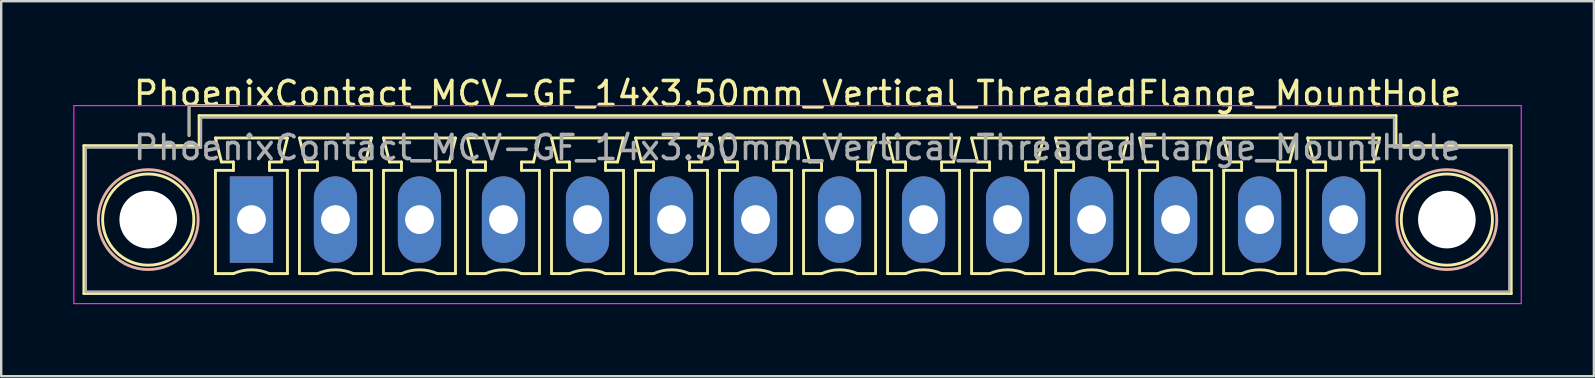
<source format=kicad_pcb>
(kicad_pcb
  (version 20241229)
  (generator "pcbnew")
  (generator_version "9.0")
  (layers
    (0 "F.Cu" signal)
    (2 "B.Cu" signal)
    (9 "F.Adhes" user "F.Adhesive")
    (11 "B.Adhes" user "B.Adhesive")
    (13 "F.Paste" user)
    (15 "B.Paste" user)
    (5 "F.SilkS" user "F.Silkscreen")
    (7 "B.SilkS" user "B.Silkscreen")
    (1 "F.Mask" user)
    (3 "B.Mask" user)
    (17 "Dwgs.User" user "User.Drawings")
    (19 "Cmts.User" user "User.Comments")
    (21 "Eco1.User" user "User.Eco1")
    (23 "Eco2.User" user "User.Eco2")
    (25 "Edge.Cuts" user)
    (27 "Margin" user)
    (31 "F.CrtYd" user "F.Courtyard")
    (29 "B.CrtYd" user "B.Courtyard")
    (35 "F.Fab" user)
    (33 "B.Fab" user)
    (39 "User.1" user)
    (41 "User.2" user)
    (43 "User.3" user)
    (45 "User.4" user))
  (footprint "PhoenixContact_MCV-GF_14x3.50mm_Vertical_ThreadedFlange_MountHole"
    (layer "F.Cu")
    (at 7.425 6.098)
    (property "Reference" "PhoenixContact_MCV-GF_14x3.50mm_Vertical_ThreadedFlange_MountHole" (at 22.75 -5.25 0) (layer "F.SilkS") (effects (font (size 1 1) (thickness 0.15))))
    (attr through_hole)
    (fp_line (start -6.98 -3.08) (end -6.98 3.08) (stroke (width 0.12) (type solid)) (layer "F.SilkS"))
    (fp_line (start -6.98 3.08) (end 52.48 3.08) (stroke (width 0.12) (type solid)) (layer "F.SilkS"))
    (fp_line (start -2.6 -4.75) (end -0.6 -4.75) (stroke (width 0.12) (type solid)) (layer "F.SilkS"))
    (fp_line (start -2.6 -3.5) (end -2.6 -4.75) (stroke (width 0.12) (type solid)) (layer "F.SilkS"))
    (fp_line (start -2.18 -4.33) (end -2.18 -3.08) (stroke (width 0.12) (type solid)) (layer "F.SilkS"))
    (fp_line (start -2.18 -3.08) (end -6.98 -3.08) (stroke (width 0.12) (type solid)) (layer "F.SilkS"))
    (fp_line (start -1.5 -3.4) (end 1.5 -3.4) (stroke (width 0.12) (type solid)) (layer "F.SilkS"))
    (fp_line (start -1.5 -2.05) (end -0.75 -2.05) (stroke (width 0.12) (type solid)) (layer "F.SilkS"))
    (fp_line (start -1.5 2.25) (end -1.5 -2.05) (stroke (width 0.12) (type solid)) (layer "F.SilkS"))
    (fp_line (start -1.25 -2.4) (end -1.5 -3.4) (stroke (width 0.12) (type solid)) (layer "F.SilkS"))
    (fp_line (start -0.75 -2.4) (end -1.25 -2.4) (stroke (width 0.12) (type solid)) (layer "F.SilkS"))
    (fp_line (start -0.75 -2.05) (end -0.75 -2.4) (stroke (width 0.12) (type solid)) (layer "F.SilkS"))
    (fp_line (start -0.75 2.25) (end -1.5 2.25) (stroke (width 0.12) (type solid)) (layer "F.SilkS"))
    (fp_line (start 0.75 -2.4) (end 0.75 -2.05) (stroke (width 0.12) (type solid)) (layer "F.SilkS"))
    (fp_line (start 0.75 -2.05) (end 1.5 -2.05) (stroke (width 0.12) (type solid)) (layer "F.SilkS"))
    (fp_line (start 1.25 -2.4) (end 0.75 -2.4) (stroke (width 0.12) (type solid)) (layer "F.SilkS"))
    (fp_line (start 1.5 -3.4) (end 1.25 -2.4) (stroke (width 0.12) (type solid)) (layer "F.SilkS"))
    (fp_line (start 1.5 -2.05) (end 1.5 2.25) (stroke (width 0.12) (type solid)) (layer "F.SilkS"))
    (fp_line (start 1.5 2.25) (end 0.75 2.25) (stroke (width 0.12) (type solid)) (layer "F.SilkS"))
    (fp_line (start 2 -3.4) (end 5 -3.4) (stroke (width 0.12) (type solid)) (layer "F.SilkS"))
    (fp_line (start 2 -2.05) (end 2.75 -2.05) (stroke (width 0.12) (type solid)) (layer "F.SilkS"))
    (fp_line (start 2 2.25) (end 2 -2.05) (stroke (width 0.12) (type solid)) (layer "F.SilkS"))
    (fp_line (start 2.25 -2.4) (end 2 -3.4) (stroke (width 0.12) (type solid)) (layer "F.SilkS"))
    (fp_line (start 2.75 -2.4) (end 2.25 -2.4) (stroke (width 0.12) (type solid)) (layer "F.SilkS"))
    (fp_line (start 2.75 -2.05) (end 2.75 -2.4) (stroke (width 0.12) (type solid)) (layer "F.SilkS"))
    (fp_line (start 2.75 2.25) (end 2 2.25) (stroke (width 0.12) (type solid)) (layer "F.SilkS"))
    (fp_line (start 4.25 -2.4) (end 4.25 -2.05) (stroke (width 0.12) (type solid)) (layer "F.SilkS"))
    (fp_line (start 4.25 -2.05) (end 5 -2.05) (stroke (width 0.12) (type solid)) (layer "F.SilkS"))
    (fp_line (start 4.75 -2.4) (end 4.25 -2.4) (stroke (width 0.12) (type solid)) (layer "F.SilkS"))
    (fp_line (start 5 -3.4) (end 4.75 -2.4) (stroke (width 0.12) (type solid)) (layer "F.SilkS"))
    (fp_line (start 5 -2.05) (end 5 2.25) (stroke (width 0.12) (type solid)) (layer "F.SilkS"))
    (fp_line (start 5 2.25) (end 4.25 2.25) (stroke (width 0.12) (type solid)) (layer "F.SilkS"))
    (fp_line (start 5.5 -3.4) (end 8.5 -3.4) (stroke (width 0.12) (type solid)) (layer "F.SilkS"))
    (fp_line (start 5.5 -2.05) (end 6.25 -2.05) (stroke (width 0.12) (type solid)) (layer "F.SilkS"))
    (fp_line (start 5.5 2.25) (end 5.5 -2.05) (stroke (width 0.12) (type solid)) (layer "F.SilkS"))
    (fp_line (start 5.75 -2.4) (end 5.5 -3.4) (stroke (width 0.12) (type solid)) (layer "F.SilkS"))
    (fp_line (start 6.25 -2.4) (end 5.75 -2.4) (stroke (width 0.12) (type solid)) (layer "F.SilkS"))
    (fp_line (start 6.25 -2.05) (end 6.25 -2.4) (stroke (width 0.12) (type solid)) (layer "F.SilkS"))
    (fp_line (start 6.25 2.25) (end 5.5 2.25) (stroke (width 0.12) (type solid)) (layer "F.SilkS"))
    (fp_line (start 7.75 -2.4) (end 7.75 -2.05) (stroke (width 0.12) (type solid)) (layer "F.SilkS"))
    (fp_line (start 7.75 -2.05) (end 8.5 -2.05) (stroke (width 0.12) (type solid)) (layer "F.SilkS"))
    (fp_line (start 8.25 -2.4) (end 7.75 -2.4) (stroke (width 0.12) (type solid)) (layer "F.SilkS"))
    (fp_line (start 8.5 -3.4) (end 8.25 -2.4) (stroke (width 0.12) (type solid)) (layer "F.SilkS"))
    (fp_line (start 8.5 -2.05) (end 8.5 2.25) (stroke (width 0.12) (type solid)) (layer "F.SilkS"))
    (fp_line (start 8.5 2.25) (end 7.75 2.25) (stroke (width 0.12) (type solid)) (layer "F.SilkS"))
    (fp_line (start 9 -3.4) (end 12 -3.4) (stroke (width 0.12) (type solid)) (layer "F.SilkS"))
    (fp_line (start 9 -2.05) (end 9.75 -2.05) (stroke (width 0.12) (type solid)) (layer "F.SilkS"))
    (fp_line (start 9 2.25) (end 9 -2.05) (stroke (width 0.12) (type solid)) (layer "F.SilkS"))
    (fp_line (start 9.25 -2.4) (end 9 -3.4) (stroke (width 0.12) (type solid)) (layer "F.SilkS"))
    (fp_line (start 9.75 -2.4) (end 9.25 -2.4) (stroke (width 0.12) (type solid)) (layer "F.SilkS"))
    (fp_line (start 9.75 -2.05) (end 9.75 -2.4) (stroke (width 0.12) (type solid)) (layer "F.SilkS"))
    (fp_line (start 9.75 2.25) (end 9 2.25) (stroke (width 0.12) (type solid)) (layer "F.SilkS"))
    (fp_line (start 11.25 -2.4) (end 11.25 -2.05) (stroke (width 0.12) (type solid)) (layer "F.SilkS"))
    (fp_line (start 11.25 -2.05) (end 12 -2.05) (stroke (width 0.12) (type solid)) (layer "F.SilkS"))
    (fp_line (start 11.75 -2.4) (end 11.25 -2.4) (stroke (width 0.12) (type solid)) (layer "F.SilkS"))
    (fp_line (start 12 -3.4) (end 11.75 -2.4) (stroke (width 0.12) (type solid)) (layer "F.SilkS"))
    (fp_line (start 12 -2.05) (end 12 2.25) (stroke (width 0.12) (type solid)) (layer "F.SilkS"))
    (fp_line (start 12 2.25) (end 11.25 2.25) (stroke (width 0.12) (type solid)) (layer "F.SilkS"))
    (fp_line (start 12.5 -3.4) (end 15.5 -3.4) (stroke (width 0.12) (type solid)) (layer "F.SilkS"))
    (fp_line (start 12.5 -2.05) (end 13.25 -2.05) (stroke (width 0.12) (type solid)) (layer "F.SilkS"))
    (fp_line (start 12.5 2.25) (end 12.5 -2.05) (stroke (width 0.12) (type solid)) (layer "F.SilkS"))
    (fp_line (start 12.75 -2.4) (end 12.5 -3.4) (stroke (width 0.12) (type solid)) (layer "F.SilkS"))
    (fp_line (start 13.25 -2.4) (end 12.75 -2.4) (stroke (width 0.12) (type solid)) (layer "F.SilkS"))
    (fp_line (start 13.25 -2.05) (end 13.25 -2.4) (stroke (width 0.12) (type solid)) (layer "F.SilkS"))
    (fp_line (start 13.25 2.25) (end 12.5 2.25) (stroke (width 0.12) (type solid)) (layer "F.SilkS"))
    (fp_line (start 14.75 -2.4) (end 14.75 -2.05) (stroke (width 0.12) (type solid)) (layer "F.SilkS"))
    (fp_line (start 14.75 -2.05) (end 15.5 -2.05) (stroke (width 0.12) (type solid)) (layer "F.SilkS"))
    (fp_line (start 15.25 -2.4) (end 14.75 -2.4) (stroke (width 0.12) (type solid)) (layer "F.SilkS"))
    (fp_line (start 15.5 -3.4) (end 15.25 -2.4) (stroke (width 0.12) (type solid)) (layer "F.SilkS"))
    (fp_line (start 15.5 -2.05) (end 15.5 2.25) (stroke (width 0.12) (type solid)) (layer "F.SilkS"))
    (fp_line (start 15.5 2.25) (end 14.75 2.25) (stroke (width 0.12) (type solid)) (layer "F.SilkS"))
    (fp_line (start 16 -3.4) (end 19 -3.4) (stroke (width 0.12) (type solid)) (layer "F.SilkS"))
    (fp_line (start 16 -2.05) (end 16.75 -2.05) (stroke (width 0.12) (type solid)) (layer "F.SilkS"))
    (fp_line (start 16 2.25) (end 16 -2.05) (stroke (width 0.12) (type solid)) (layer "F.SilkS"))
    (fp_line (start 16.25 -2.4) (end 16 -3.4) (stroke (width 0.12) (type solid)) (layer "F.SilkS"))
    (fp_line (start 16.75 -2.4) (end 16.25 -2.4) (stroke (width 0.12) (type solid)) (layer "F.SilkS"))
    (fp_line (start 16.75 -2.05) (end 16.75 -2.4) (stroke (width 0.12) (type solid)) (layer "F.SilkS"))
    (fp_line (start 16.75 2.25) (end 16 2.25) (stroke (width 0.12) (type solid)) (layer "F.SilkS"))
    (fp_line (start 18.25 -2.4) (end 18.25 -2.05) (stroke (width 0.12) (type solid)) (layer "F.SilkS"))
    (fp_line (start 18.25 -2.05) (end 19 -2.05) (stroke (width 0.12) (type solid)) (layer "F.SilkS"))
    (fp_line (start 18.75 -2.4) (end 18.25 -2.4) (stroke (width 0.12) (type solid)) (layer "F.SilkS"))
    (fp_line (start 19 -3.4) (end 18.75 -2.4) (stroke (width 0.12) (type solid)) (layer "F.SilkS"))
    (fp_line (start 19 -2.05) (end 19 2.25) (stroke (width 0.12) (type solid)) (layer "F.SilkS"))
    (fp_line (start 19 2.25) (end 18.25 2.25) (stroke (width 0.12) (type solid)) (layer "F.SilkS"))
    (fp_line (start 19.5 -3.4) (end 22.5 -3.4) (stroke (width 0.12) (type solid)) (layer "F.SilkS"))
    (fp_line (start 19.5 -2.05) (end 20.25 -2.05) (stroke (width 0.12) (type solid)) (layer "F.SilkS"))
    (fp_line (start 19.5 2.25) (end 19.5 -2.05) (stroke (width 0.12) (type solid)) (layer "F.SilkS"))
    (fp_line (start 19.75 -2.4) (end 19.5 -3.4) (stroke (width 0.12) (type solid)) (layer "F.SilkS"))
    (fp_line (start 20.25 -2.4) (end 19.75 -2.4) (stroke (width 0.12) (type solid)) (layer "F.SilkS"))
    (fp_line (start 20.25 -2.05) (end 20.25 -2.4) (stroke (width 0.12) (type solid)) (layer "F.SilkS"))
    (fp_line (start 20.25 2.25) (end 19.5 2.25) (stroke (width 0.12) (type solid)) (layer "F.SilkS"))
    (fp_line (start 21.75 -2.4) (end 21.75 -2.05) (stroke (width 0.12) (type solid)) (layer "F.SilkS"))
    (fp_line (start 21.75 -2.05) (end 22.5 -2.05) (stroke (width 0.12) (type solid)) (layer "F.SilkS"))
    (fp_line (start 22.25 -2.4) (end 21.75 -2.4) (stroke (width 0.12) (type solid)) (layer "F.SilkS"))
    (fp_line (start 22.5 -3.4) (end 22.25 -2.4) (stroke (width 0.12) (type solid)) (layer "F.SilkS"))
    (fp_line (start 22.5 -2.05) (end 22.5 2.25) (stroke (width 0.12) (type solid)) (layer "F.SilkS"))
    (fp_line (start 22.5 2.25) (end 21.75 2.25) (stroke (width 0.12) (type solid)) (layer "F.SilkS"))
    (fp_line (start 23 -3.4) (end 26 -3.4) (stroke (width 0.12) (type solid)) (layer "F.SilkS"))
    (fp_line (start 23 -2.05) (end 23.75 -2.05) (stroke (width 0.12) (type solid)) (layer "F.SilkS"))
    (fp_line (start 23 2.25) (end 23 -2.05) (stroke (width 0.12) (type solid)) (layer "F.SilkS"))
    (fp_line (start 23.25 -2.4) (end 23 -3.4) (stroke (width 0.12) (type solid)) (layer "F.SilkS"))
    (fp_line (start 23.75 -2.4) (end 23.25 -2.4) (stroke (width 0.12) (type solid)) (layer "F.SilkS"))
    (fp_line (start 23.75 -2.05) (end 23.75 -2.4) (stroke (width 0.12) (type solid)) (layer "F.SilkS"))
    (fp_line (start 23.75 2.25) (end 23 2.25) (stroke (width 0.12) (type solid)) (layer "F.SilkS"))
    (fp_line (start 25.25 -2.4) (end 25.25 -2.05) (stroke (width 0.12) (type solid)) (layer "F.SilkS"))
    (fp_line (start 25.25 -2.05) (end 26 -2.05) (stroke (width 0.12) (type solid)) (layer "F.SilkS"))
    (fp_line (start 25.75 -2.4) (end 25.25 -2.4) (stroke (width 0.12) (type solid)) (layer "F.SilkS"))
    (fp_line (start 26 -3.4) (end 25.75 -2.4) (stroke (width 0.12) (type solid)) (layer "F.SilkS"))
    (fp_line (start 26 -2.05) (end 26 2.25) (stroke (width 0.12) (type solid)) (layer "F.SilkS"))
    (fp_line (start 26 2.25) (end 25.25 2.25) (stroke (width 0.12) (type solid)) (layer "F.SilkS"))
    (fp_line (start 26.5 -3.4) (end 29.5 -3.4) (stroke (width 0.12) (type solid)) (layer "F.SilkS"))
    (fp_line (start 26.5 -2.05) (end 27.25 -2.05) (stroke (width 0.12) (type solid)) (layer "F.SilkS"))
    (fp_line (start 26.5 2.25) (end 26.5 -2.05) (stroke (width 0.12) (type solid)) (layer "F.SilkS"))
    (fp_line (start 26.75 -2.4) (end 26.5 -3.4) (stroke (width 0.12) (type solid)) (layer "F.SilkS"))
    (fp_line (start 27.25 -2.4) (end 26.75 -2.4) (stroke (width 0.12) (type solid)) (layer "F.SilkS"))
    (fp_line (start 27.25 -2.05) (end 27.25 -2.4) (stroke (width 0.12) (type solid)) (layer "F.SilkS"))
    (fp_line (start 27.25 2.25) (end 26.5 2.25) (stroke (width 0.12) (type solid)) (layer "F.SilkS"))
    (fp_line (start 28.75 -2.4) (end 28.75 -2.05) (stroke (width 0.12) (type solid)) (layer "F.SilkS"))
    (fp_line (start 28.75 -2.05) (end 29.5 -2.05) (stroke (width 0.12) (type solid)) (layer "F.SilkS"))
    (fp_line (start 29.25 -2.4) (end 28.75 -2.4) (stroke (width 0.12) (type solid)) (layer "F.SilkS"))
    (fp_line (start 29.5 -3.4) (end 29.25 -2.4) (stroke (width 0.12) (type solid)) (layer "F.SilkS"))
    (fp_line (start 29.5 -2.05) (end 29.5 2.25) (stroke (width 0.12) (type solid)) (layer "F.SilkS"))
    (fp_line (start 29.5 2.25) (end 28.75 2.25) (stroke (width 0.12) (type solid)) (layer "F.SilkS"))
    (fp_line (start 30 -3.4) (end 33 -3.4) (stroke (width 0.12) (type solid)) (layer "F.SilkS"))
    (fp_line (start 30 -2.05) (end 30.75 -2.05) (stroke (width 0.12) (type solid)) (layer "F.SilkS"))
    (fp_line (start 30 2.25) (end 30 -2.05) (stroke (width 0.12) (type solid)) (layer "F.SilkS"))
    (fp_line (start 30.25 -2.4) (end 30 -3.4) (stroke (width 0.12) (type solid)) (layer "F.SilkS"))
    (fp_line (start 30.75 -2.4) (end 30.25 -2.4) (stroke (width 0.12) (type solid)) (layer "F.SilkS"))
    (fp_line (start 30.75 -2.05) (end 30.75 -2.4) (stroke (width 0.12) (type solid)) (layer "F.SilkS"))
    (fp_line (start 30.75 2.25) (end 30 2.25) (stroke (width 0.12) (type solid)) (layer "F.SilkS"))
    (fp_line (start 32.25 -2.4) (end 32.25 -2.05) (stroke (width 0.12) (type solid)) (layer "F.SilkS"))
    (fp_line (start 32.25 -2.05) (end 33 -2.05) (stroke (width 0.12) (type solid)) (layer "F.SilkS"))
    (fp_line (start 32.75 -2.4) (end 32.25 -2.4) (stroke (width 0.12) (type solid)) (layer "F.SilkS"))
    (fp_line (start 33 -3.4) (end 32.75 -2.4) (stroke (width 0.12) (type solid)) (layer "F.SilkS"))
    (fp_line (start 33 -2.05) (end 33 2.25) (stroke (width 0.12) (type solid)) (layer "F.SilkS"))
    (fp_line (start 33 2.25) (end 32.25 2.25) (stroke (width 0.12) (type solid)) (layer "F.SilkS"))
    (fp_line (start 33.5 -3.4) (end 36.5 -3.4) (stroke (width 0.12) (type solid)) (layer "F.SilkS"))
    (fp_line (start 33.5 -2.05) (end 34.25 -2.05) (stroke (width 0.12) (type solid)) (layer "F.SilkS"))
    (fp_line (start 33.5 2.25) (end 33.5 -2.05) (stroke (width 0.12) (type solid)) (layer "F.SilkS"))
    (fp_line (start 33.75 -2.4) (end 33.5 -3.4) (stroke (width 0.12) (type solid)) (layer "F.SilkS"))
    (fp_line (start 34.25 -2.4) (end 33.75 -2.4) (stroke (width 0.12) (type solid)) (layer "F.SilkS"))
    (fp_line (start 34.25 -2.05) (end 34.25 -2.4) (stroke (width 0.12) (type solid)) (layer "F.SilkS"))
    (fp_line (start 34.25 2.25) (end 33.5 2.25) (stroke (width 0.12) (type solid)) (layer "F.SilkS"))
    (fp_line (start 35.75 -2.4) (end 35.75 -2.05) (stroke (width 0.12) (type solid)) (layer "F.SilkS"))
    (fp_line (start 35.75 -2.05) (end 36.5 -2.05) (stroke (width 0.12) (type solid)) (layer "F.SilkS"))
    (fp_line (start 36.25 -2.4) (end 35.75 -2.4) (stroke (width 0.12) (type solid)) (layer "F.SilkS"))
    (fp_line (start 36.5 -3.4) (end 36.25 -2.4) (stroke (width 0.12) (type solid)) (layer "F.SilkS"))
    (fp_line (start 36.5 -2.05) (end 36.5 2.25) (stroke (width 0.12) (type solid)) (layer "F.SilkS"))
    (fp_line (start 36.5 2.25) (end 35.75 2.25) (stroke (width 0.12) (type solid)) (layer "F.SilkS"))
    (fp_line (start 37 -3.4) (end 40 -3.4) (stroke (width 0.12) (type solid)) (layer "F.SilkS"))
    (fp_line (start 37 -2.05) (end 37.75 -2.05) (stroke (width 0.12) (type solid)) (layer "F.SilkS"))
    (fp_line (start 37 2.25) (end 37 -2.05) (stroke (width 0.12) (type solid)) (layer "F.SilkS"))
    (fp_line (start 37.25 -2.4) (end 37 -3.4) (stroke (width 0.12) (type solid)) (layer "F.SilkS"))
    (fp_line (start 37.75 -2.4) (end 37.25 -2.4) (stroke (width 0.12) (type solid)) (layer "F.SilkS"))
    (fp_line (start 37.75 -2.05) (end 37.75 -2.4) (stroke (width 0.12) (type solid)) (layer "F.SilkS"))
    (fp_line (start 37.75 2.25) (end 37 2.25) (stroke (width 0.12) (type solid)) (layer "F.SilkS"))
    (fp_line (start 39.25 -2.4) (end 39.25 -2.05) (stroke (width 0.12) (type solid)) (layer "F.SilkS"))
    (fp_line (start 39.25 -2.05) (end 40 -2.05) (stroke (width 0.12) (type solid)) (layer "F.SilkS"))
    (fp_line (start 39.75 -2.4) (end 39.25 -2.4) (stroke (width 0.12) (type solid)) (layer "F.SilkS"))
    (fp_line (start 40 -3.4) (end 39.75 -2.4) (stroke (width 0.12) (type solid)) (layer "F.SilkS"))
    (fp_line (start 40 -2.05) (end 40 2.25) (stroke (width 0.12) (type solid)) (layer "F.SilkS"))
    (fp_line (start 40 2.25) (end 39.25 2.25) (stroke (width 0.12) (type solid)) (layer "F.SilkS"))
    (fp_line (start 40.5 -3.4) (end 43.5 -3.4) (stroke (width 0.12) (type solid)) (layer "F.SilkS"))
    (fp_line (start 40.5 -2.05) (end 41.25 -2.05) (stroke (width 0.12) (type solid)) (layer "F.SilkS"))
    (fp_line (start 40.5 2.25) (end 40.5 -2.05) (stroke (width 0.12) (type solid)) (layer "F.SilkS"))
    (fp_line (start 40.75 -2.4) (end 40.5 -3.4) (stroke (width 0.12) (type solid)) (layer "F.SilkS"))
    (fp_line (start 41.25 -2.4) (end 40.75 -2.4) (stroke (width 0.12) (type solid)) (layer "F.SilkS"))
    (fp_line (start 41.25 -2.05) (end 41.25 -2.4) (stroke (width 0.12) (type solid)) (layer "F.SilkS"))
    (fp_line (start 41.25 2.25) (end 40.5 2.25) (stroke (width 0.12) (type solid)) (layer "F.SilkS"))
    (fp_line (start 42.75 -2.4) (end 42.75 -2.05) (stroke (width 0.12) (type solid)) (layer "F.SilkS"))
    (fp_line (start 42.75 -2.05) (end 43.5 -2.05) (stroke (width 0.12) (type solid)) (layer "F.SilkS"))
    (fp_line (start 43.25 -2.4) (end 42.75 -2.4) (stroke (width 0.12) (type solid)) (layer "F.SilkS"))
    (fp_line (start 43.5 -3.4) (end 43.25 -2.4) (stroke (width 0.12) (type solid)) (layer "F.SilkS"))
    (fp_line (start 43.5 -2.05) (end 43.5 2.25) (stroke (width 0.12) (type solid)) (layer "F.SilkS"))
    (fp_line (start 43.5 2.25) (end 42.75 2.25) (stroke (width 0.12) (type solid)) (layer "F.SilkS"))
    (fp_line (start 44 -3.4) (end 47 -3.4) (stroke (width 0.12) (type solid)) (layer "F.SilkS"))
    (fp_line (start 44 -2.05) (end 44.75 -2.05) (stroke (width 0.12) (type solid)) (layer "F.SilkS"))
    (fp_line (start 44 2.25) (end 44 -2.05) (stroke (width 0.12) (type solid)) (layer "F.SilkS"))
    (fp_line (start 44.25 -2.4) (end 44 -3.4) (stroke (width 0.12) (type solid)) (layer "F.SilkS"))
    (fp_line (start 44.75 -2.4) (end 44.25 -2.4) (stroke (width 0.12) (type solid)) (layer "F.SilkS"))
    (fp_line (start 44.75 -2.05) (end 44.75 -2.4) (stroke (width 0.12) (type solid)) (layer "F.SilkS"))
    (fp_line (start 44.75 2.25) (end 44 2.25) (stroke (width 0.12) (type solid)) (layer "F.SilkS"))
    (fp_line (start 46.25 -2.4) (end 46.25 -2.05) (stroke (width 0.12) (type solid)) (layer "F.SilkS"))
    (fp_line (start 46.25 -2.05) (end 47 -2.05) (stroke (width 0.12) (type solid)) (layer "F.SilkS"))
    (fp_line (start 46.75 -2.4) (end 46.25 -2.4) (stroke (width 0.12) (type solid)) (layer "F.SilkS"))
    (fp_line (start 47 -3.4) (end 46.75 -2.4) (stroke (width 0.12) (type solid)) (layer "F.SilkS"))
    (fp_line (start 47 -2.05) (end 47 2.25) (stroke (width 0.12) (type solid)) (layer "F.SilkS"))
    (fp_line (start 47 2.25) (end 46.25 2.25) (stroke (width 0.12) (type solid)) (layer "F.SilkS"))
    (fp_line (start 47.68 -4.33) (end -2.18 -4.33) (stroke (width 0.12) (type solid)) (layer "F.SilkS"))
    (fp_line (start 47.68 -3.08) (end 47.68 -4.33) (stroke (width 0.12) (type solid)) (layer "F.SilkS"))
    (fp_line (start 52.48 -3.08) (end 47.68 -3.08) (stroke (width 0.12) (type solid)) (layer "F.SilkS"))
    (fp_line (start 52.48 3.08) (end 52.48 -3.08) (stroke (width 0.12) (type solid)) (layer "F.SilkS"))
    (fp_arc (start -0.75 2.25) (mid -0.000193 2.09191) (end 0.749647 2.249844) (stroke (width 0.12) (type solid)) (layer "F.SilkS"))
    (fp_arc (start 2.75 2.25) (mid 3.499807 2.09191) (end 4.249647 2.249844) (stroke (width 0.12) (type solid)) (layer "F.SilkS"))
    (fp_arc (start 6.25 2.25) (mid 6.999807 2.09191) (end 7.749647 2.249844) (stroke (width 0.12) (type solid)) (layer "F.SilkS"))
    (fp_arc (start 9.75 2.25) (mid 10.499807 2.09191) (end 11.249647 2.249844) (stroke (width 0.12) (type solid)) (layer "F.SilkS"))
    (fp_arc (start 13.25 2.25) (mid 13.999807 2.09191) (end 14.749647 2.249844) (stroke (width 0.12) (type solid)) (layer "F.SilkS"))
    (fp_arc (start 16.75 2.25) (mid 17.499807 2.09191) (end 18.249647 2.249844) (stroke (width 0.12) (type solid)) (layer "F.SilkS"))
    (fp_arc (start 20.25 2.25) (mid 20.999807 2.09191) (end 21.749647 2.249844) (stroke (width 0.12) (type solid)) (layer "F.SilkS"))
    (fp_arc (start 23.75 2.25) (mid 24.499807 2.09191) (end 25.249647 2.249844) (stroke (width 0.12) (type solid)) (layer "F.SilkS"))
    (fp_arc (start 27.25 2.25) (mid 27.999807 2.09191) (end 28.749647 2.249844) (stroke (width 0.12) (type solid)) (layer "F.SilkS"))
    (fp_arc (start 30.75 2.25) (mid 31.499807 2.09191) (end 32.249647 2.249844) (stroke (width 0.12) (type solid)) (layer "F.SilkS"))
    (fp_arc (start 34.25 2.25) (mid 34.999807 2.09191) (end 35.749647 2.249844) (stroke (width 0.12) (type solid)) (layer "F.SilkS"))
    (fp_arc (start 37.75 2.25) (mid 38.499807 2.09191) (end 39.249647 2.249844) (stroke (width 0.12) (type solid)) (layer "F.SilkS"))
    (fp_arc (start 41.25 2.25) (mid 41.999807 2.09191) (end 42.749647 2.249844) (stroke (width 0.12) (type solid)) (layer "F.SilkS"))
    (fp_arc (start 44.75 2.25) (mid 45.499807 2.09191) (end 46.249647 2.249844) (stroke (width 0.12) (type solid)) (layer "F.SilkS"))
    (fp_circle (center -4.3 0) (end -2.4 0) (stroke (width 0.12) (type solid)) (fill no) (layer "F.SilkS"))
    (fp_circle (center 49.8 0) (end 51.7 0) (stroke (width 0.12) (type solid)) (fill no) (layer "F.SilkS"))
    (fp_circle (center -4.3 0) (end -2.22 0) (stroke (width 0.12) (type solid)) (fill no) (layer "B.SilkS"))
    (fp_circle (center 49.8 0) (end 51.88 0) (stroke (width 0.12) (type solid)) (fill no) (layer "B.SilkS"))
    (fp_line (start -7.4 -4.75) (end -7.4 3.5) (stroke (width 0.05) (type solid)) (layer "F.CrtYd"))
    (fp_line (start -7.4 3.5) (end 52.9 3.5) (stroke (width 0.05) (type solid)) (layer "F.CrtYd"))
    (fp_line (start 52.9 -4.75) (end -7.4 -4.75) (stroke (width 0.05) (type solid)) (layer "F.CrtYd"))
    (fp_line (start 52.9 3.5) (end 52.9 -4.75) (stroke (width 0.05) (type solid)) (layer "F.CrtYd"))
    (fp_line (start -6.9 -3) (end -6.9 3) (stroke (width 0.1) (type solid)) (layer "F.Fab"))
    (fp_line (start -6.9 3) (end 52.4 3) (stroke (width 0.1) (type solid)) (layer "F.Fab"))
    (fp_line (start -2.6 -4.75) (end -0.6 -4.75) (stroke (width 0.1) (type solid)) (layer "F.Fab"))
    (fp_line (start -2.6 -3.5) (end -2.6 -4.75) (stroke (width 0.1) (type solid)) (layer "F.Fab"))
    (fp_line (start -2.1 -4.25) (end -2.1 -3) (stroke (width 0.1) (type solid)) (layer "F.Fab"))
    (fp_line (start -2.1 -3) (end -6.9 -3) (stroke (width 0.1) (type solid)) (layer "F.Fab"))
    (fp_line (start 47.6 -4.25) (end -2.1 -4.25) (stroke (width 0.1) (type solid)) (layer "F.Fab"))
    (fp_line (start 47.6 -3) (end 47.6 -4.25) (stroke (width 0.1) (type solid)) (layer "F.Fab"))
    (fp_line (start 52.4 -3) (end 47.6 -3) (stroke (width 0.1) (type solid)) (layer "F.Fab"))
    (fp_line (start 52.4 3) (end 52.4 -3) (stroke (width 0.1) (type solid)) (layer "F.Fab"))
    (fp_text user "${REFERENCE}" (at 22.75 -3 0) (layer "F.Fab") (effects (font (size 1 1) (thickness 0.15))))
    (pad "" np_thru_hole circle (at -4.3 0) (size 2.4 2.4) (drill 2.4) (layers "*.Cu" "*.Mask"))
    (pad "" np_thru_hole circle (at 49.8 0) (size 2.4 2.4) (drill 2.4) (layers "*.Cu" "*.Mask"))
    (pad "1" thru_hole rect (at 0 0) (size 1.8 3.6) (drill 1.2) (layers "*.Cu" "*.Mask"))
    (pad "2" thru_hole oval (at 3.5 0) (size 1.8 3.6) (drill 1.2) (layers "*.Cu" "*.Mask"))
    (pad "3" thru_hole oval (at 7 0) (size 1.8 3.6) (drill 1.2) (layers "*.Cu" "*.Mask"))
    (pad "4" thru_hole oval (at 10.5 0) (size 1.8 3.6) (drill 1.2) (layers "*.Cu" "*.Mask"))
    (pad "5" thru_hole oval (at 14 0) (size 1.8 3.6) (drill 1.2) (layers "*.Cu" "*.Mask"))
    (pad "6" thru_hole oval (at 17.5 0) (size 1.8 3.6) (drill 1.2) (layers "*.Cu" "*.Mask"))
    (pad "7" thru_hole oval (at 21 0) (size 1.8 3.6) (drill 1.2) (layers "*.Cu" "*.Mask"))
    (pad "8" thru_hole oval (at 24.5 0) (size 1.8 3.6) (drill 1.2) (layers "*.Cu" "*.Mask"))
    (pad "9" thru_hole oval (at 28 0) (size 1.8 3.6) (drill 1.2) (layers "*.Cu" "*.Mask"))
    (pad "10" thru_hole oval (at 31.5 0) (size 1.8 3.6) (drill 1.2) (layers "*.Cu" "*.Mask"))
    (pad "11" thru_hole oval (at 35 0) (size 1.8 3.6) (drill 1.2) (layers "*.Cu" "*.Mask"))
    (pad "12" thru_hole oval (at 38.5 0) (size 1.8 3.6) (drill 1.2) (layers "*.Cu" "*.Mask"))
    (pad "13" thru_hole oval (at 42 0) (size 1.8 3.6) (drill 1.2) (layers "*.Cu" "*.Mask"))
    (pad "14" thru_hole oval (at 45.5 0) (size 1.8 3.6) (drill 1.2) (layers "*.Cu" "*.Mask")))
  (gr_rect
    (start -3 -3)
    (end 63.35 12.623)
    (stroke (width 0.1) (type default))
    (fill no)
    (layer "Edge.Cuts")))
</source>
